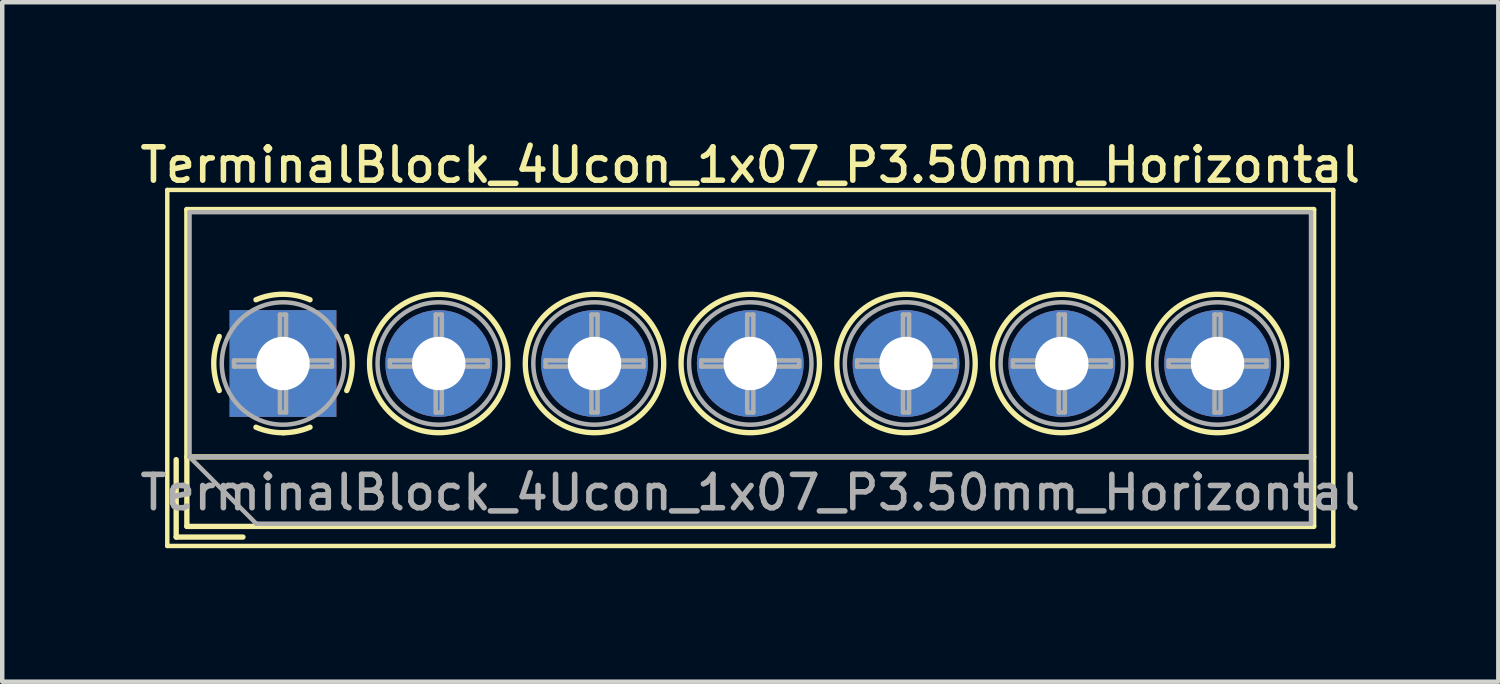
<source format=kicad_pcb>
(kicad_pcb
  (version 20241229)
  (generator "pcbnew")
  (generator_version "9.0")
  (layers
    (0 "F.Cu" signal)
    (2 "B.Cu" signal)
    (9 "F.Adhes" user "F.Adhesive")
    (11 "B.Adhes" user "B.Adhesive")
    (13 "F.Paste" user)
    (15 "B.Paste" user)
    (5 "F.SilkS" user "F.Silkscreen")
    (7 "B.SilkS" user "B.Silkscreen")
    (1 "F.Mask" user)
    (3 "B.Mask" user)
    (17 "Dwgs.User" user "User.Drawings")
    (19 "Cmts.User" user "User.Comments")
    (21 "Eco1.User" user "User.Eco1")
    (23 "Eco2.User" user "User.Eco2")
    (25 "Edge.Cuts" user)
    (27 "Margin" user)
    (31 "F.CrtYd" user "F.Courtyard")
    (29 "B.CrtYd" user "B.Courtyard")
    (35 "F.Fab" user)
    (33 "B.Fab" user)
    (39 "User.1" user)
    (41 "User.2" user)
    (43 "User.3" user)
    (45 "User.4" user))
  (footprint "TerminalBlock_4Ucon_1x07_P3.50mm_Horizontal"
    (layer "F.Cu")
    (at 3.309 5.118)
    (property "Reference" "TerminalBlock_4Ucon_1x07_P3.50mm_Horizontal" (at 10.5 -4.46 0) (layer "F.SilkS") (effects (font (size 0.75 0.75) (thickness 0.125))))
    (attr through_hole)
    (fp_line (start -2.6 -3.9) (end -2.6 4.1) (stroke (width 0.1) (type solid)) (layer "F.SilkS"))
    (fp_line (start -2.6 4.1) (end 23.6 4.1) (stroke (width 0.1) (type solid)) (layer "F.SilkS"))
    (fp_line (start -2.4 2.16) (end -2.4 3.9) (stroke (width 0.12) (type solid)) (layer "F.SilkS"))
    (fp_line (start -2.4 3.9) (end -0.9 3.9) (stroke (width 0.12) (type solid)) (layer "F.SilkS"))
    (fp_line (start -2.16 -3.46) (end -2.16 3.66) (stroke (width 0.12) (type solid)) (layer "F.SilkS"))
    (fp_line (start -2.16 -3.46) (end 23.16 -3.46) (stroke (width 0.12) (type solid)) (layer "F.SilkS"))
    (fp_line (start -2.16 2.1) (end 23.16 2.1) (stroke (width 0.12) (type solid)) (layer "F.SilkS"))
    (fp_line (start -2.16 3.66) (end 23.16 3.66) (stroke (width 0.12) (type solid)) (layer "F.SilkS"))
    (fp_line (start 23.16 -3.46) (end 23.16 3.66) (stroke (width 0.12) (type solid)) (layer "F.SilkS"))
    (fp_line (start 23.6 -3.9) (end -2.6 -3.9) (stroke (width 0.1) (type solid)) (layer "F.SilkS"))
    (fp_line (start 23.6 4.1) (end 23.6 -3.9) (stroke (width 0.1) (type solid)) (layer "F.SilkS"))
    (fp_arc (start -1.432109 0.607742) (mid -1.555727 -0.00014) (end -1.432 -0.608) (stroke (width 0.12) (type solid)) (layer "F.SilkS"))
    (fp_arc (start -0.607742 -1.432109) (mid 0.00014 -1.555727) (end 0.608 -1.432) (stroke (width 0.12) (type solid)) (layer "F.SilkS"))
    (fp_arc (start 0.027011 1.555493) (mid -0.296984 1.527118) (end -0.608 1.432) (stroke (width 0.12) (type solid)) (layer "F.SilkS"))
    (fp_arc (start 0.607587 1.431385) (mid 0.310017 1.523783) (end 0 1.555) (stroke (width 0.12) (type solid)) (layer "F.SilkS"))
    (fp_arc (start 1.432109 -0.607742) (mid 1.555727 0.00014) (end 1.432 0.608) (stroke (width 0.12) (type solid)) (layer "F.SilkS"))
    (fp_circle (center 3.5 0) (end 5.055 0) (stroke (width 0.12) (type solid)) (fill no) (layer "F.SilkS"))
    (fp_circle (center 7 0) (end 8.555 0) (stroke (width 0.12) (type solid)) (fill no) (layer "F.SilkS"))
    (fp_circle (center 10.5 0) (end 12.055 0) (stroke (width 0.12) (type solid)) (fill no) (layer "F.SilkS"))
    (fp_circle (center 14 0) (end 15.555 0) (stroke (width 0.12) (type solid)) (fill no) (layer "F.SilkS"))
    (fp_circle (center 17.5 0) (end 19.055 0) (stroke (width 0.12) (type solid)) (fill no) (layer "F.SilkS"))
    (fp_circle (center 21 0) (end 22.555 0) (stroke (width 0.12) (type solid)) (fill no) (layer "F.SilkS"))
    (fp_line (start -2.1 -3.4) (end 23.1 -3.4) (stroke (width 0.1) (type solid)) (layer "F.Fab"))
    (fp_line (start -2.1 2.1) (end -2.1 -3.4) (stroke (width 0.1) (type solid)) (layer "F.Fab"))
    (fp_line (start -2.1 2.1) (end 23.1 2.1) (stroke (width 0.1) (type solid)) (layer "F.Fab"))
    (fp_line (start -1.1 -0.069) (end -0.069 -0.069) (stroke (width 0.1) (type solid)) (layer "F.Fab"))
    (fp_line (start -1.1 0.069) (end -1.1 -0.069) (stroke (width 0.1) (type solid)) (layer "F.Fab"))
    (fp_line (start -0.6 3.6) (end -2.1 2.1) (stroke (width 0.1) (type solid)) (layer "F.Fab"))
    (fp_line (start -0.069 -1.1) (end 0.069 -1.1) (stroke (width 0.1) (type solid)) (layer "F.Fab"))
    (fp_line (start -0.069 -0.069) (end -0.069 -1.1) (stroke (width 0.1) (type solid)) (layer "F.Fab"))
    (fp_line (start -0.069 0.069) (end -1.1 0.069) (stroke (width 0.1) (type solid)) (layer "F.Fab"))
    (fp_line (start -0.069 1.1) (end -0.069 0.069) (stroke (width 0.1) (type solid)) (layer "F.Fab"))
    (fp_line (start 0.069 -1.1) (end 0.069 -0.069) (stroke (width 0.1) (type solid)) (layer "F.Fab"))
    (fp_line (start 0.069 -0.069) (end 1.1 -0.069) (stroke (width 0.1) (type solid)) (layer "F.Fab"))
    (fp_line (start 0.069 0.069) (end 0.069 1.1) (stroke (width 0.1) (type solid)) (layer "F.Fab"))
    (fp_line (start 0.069 1.1) (end -0.069 1.1) (stroke (width 0.1) (type solid)) (layer "F.Fab"))
    (fp_line (start 1.1 -0.069) (end 1.1 0.069) (stroke (width 0.1) (type solid)) (layer "F.Fab"))
    (fp_line (start 1.1 0.069) (end 0.069 0.069) (stroke (width 0.1) (type solid)) (layer "F.Fab"))
    (fp_line (start 2.4 -0.069) (end 3.431 -0.069) (stroke (width 0.1) (type solid)) (layer "F.Fab"))
    (fp_line (start 2.4 0.069) (end 2.4 -0.069) (stroke (width 0.1) (type solid)) (layer "F.Fab"))
    (fp_line (start 3.431 -1.1) (end 3.569 -1.1) (stroke (width 0.1) (type solid)) (layer "F.Fab"))
    (fp_line (start 3.431 -0.069) (end 3.431 -1.1) (stroke (width 0.1) (type solid)) (layer "F.Fab"))
    (fp_line (start 3.431 0.069) (end 2.4 0.069) (stroke (width 0.1) (type solid)) (layer "F.Fab"))
    (fp_line (start 3.431 1.1) (end 3.431 0.069) (stroke (width 0.1) (type solid)) (layer "F.Fab"))
    (fp_line (start 3.569 -1.1) (end 3.569 -0.069) (stroke (width 0.1) (type solid)) (layer "F.Fab"))
    (fp_line (start 3.569 -0.069) (end 4.6 -0.069) (stroke (width 0.1) (type solid)) (layer "F.Fab"))
    (fp_line (start 3.569 0.069) (end 3.569 1.1) (stroke (width 0.1) (type solid)) (layer "F.Fab"))
    (fp_line (start 3.569 1.1) (end 3.431 1.1) (stroke (width 0.1) (type solid)) (layer "F.Fab"))
    (fp_line (start 4.6 -0.069) (end 4.6 0.069) (stroke (width 0.1) (type solid)) (layer "F.Fab"))
    (fp_line (start 4.6 0.069) (end 3.569 0.069) (stroke (width 0.1) (type solid)) (layer "F.Fab"))
    (fp_line (start 5.9 -0.069) (end 6.931 -0.069) (stroke (width 0.1) (type solid)) (layer "F.Fab"))
    (fp_line (start 5.9 0.069) (end 5.9 -0.069) (stroke (width 0.1) (type solid)) (layer "F.Fab"))
    (fp_line (start 6.931 -1.1) (end 7.069 -1.1) (stroke (width 0.1) (type solid)) (layer "F.Fab"))
    (fp_line (start 6.931 -0.069) (end 6.931 -1.1) (stroke (width 0.1) (type solid)) (layer "F.Fab"))
    (fp_line (start 6.931 0.069) (end 5.9 0.069) (stroke (width 0.1) (type solid)) (layer "F.Fab"))
    (fp_line (start 6.931 1.1) (end 6.931 0.069) (stroke (width 0.1) (type solid)) (layer "F.Fab"))
    (fp_line (start 7.069 -1.1) (end 7.069 -0.069) (stroke (width 0.1) (type solid)) (layer "F.Fab"))
    (fp_line (start 7.069 -0.069) (end 8.1 -0.069) (stroke (width 0.1) (type solid)) (layer "F.Fab"))
    (fp_line (start 7.069 0.069) (end 7.069 1.1) (stroke (width 0.1) (type solid)) (layer "F.Fab"))
    (fp_line (start 7.069 1.1) (end 6.931 1.1) (stroke (width 0.1) (type solid)) (layer "F.Fab"))
    (fp_line (start 8.1 -0.069) (end 8.1 0.069) (stroke (width 0.1) (type solid)) (layer "F.Fab"))
    (fp_line (start 8.1 0.069) (end 7.069 0.069) (stroke (width 0.1) (type solid)) (layer "F.Fab"))
    (fp_line (start 9.4 -0.069) (end 10.431 -0.069) (stroke (width 0.1) (type solid)) (layer "F.Fab"))
    (fp_line (start 9.4 0.069) (end 9.4 -0.069) (stroke (width 0.1) (type solid)) (layer "F.Fab"))
    (fp_line (start 10.431 -1.1) (end 10.569 -1.1) (stroke (width 0.1) (type solid)) (layer "F.Fab"))
    (fp_line (start 10.431 -0.069) (end 10.431 -1.1) (stroke (width 0.1) (type solid)) (layer "F.Fab"))
    (fp_line (start 10.431 0.069) (end 9.4 0.069) (stroke (width 0.1) (type solid)) (layer "F.Fab"))
    (fp_line (start 10.431 1.1) (end 10.431 0.069) (stroke (width 0.1) (type solid)) (layer "F.Fab"))
    (fp_line (start 10.569 -1.1) (end 10.569 -0.069) (stroke (width 0.1) (type solid)) (layer "F.Fab"))
    (fp_line (start 10.569 -0.069) (end 11.6 -0.069) (stroke (width 0.1) (type solid)) (layer "F.Fab"))
    (fp_line (start 10.569 0.069) (end 10.569 1.1) (stroke (width 0.1) (type solid)) (layer "F.Fab"))
    (fp_line (start 10.569 1.1) (end 10.431 1.1) (stroke (width 0.1) (type solid)) (layer "F.Fab"))
    (fp_line (start 11.6 -0.069) (end 11.6 0.069) (stroke (width 0.1) (type solid)) (layer "F.Fab"))
    (fp_line (start 11.6 0.069) (end 10.569 0.069) (stroke (width 0.1) (type solid)) (layer "F.Fab"))
    (fp_line (start 12.9 -0.069) (end 13.931 -0.069) (stroke (width 0.1) (type solid)) (layer "F.Fab"))
    (fp_line (start 12.9 0.069) (end 12.9 -0.069) (stroke (width 0.1) (type solid)) (layer "F.Fab"))
    (fp_line (start 13.931 -1.1) (end 14.069 -1.1) (stroke (width 0.1) (type solid)) (layer "F.Fab"))
    (fp_line (start 13.931 -0.069) (end 13.931 -1.1) (stroke (width 0.1) (type solid)) (layer "F.Fab"))
    (fp_line (start 13.931 0.069) (end 12.9 0.069) (stroke (width 0.1) (type solid)) (layer "F.Fab"))
    (fp_line (start 13.931 1.1) (end 13.931 0.069) (stroke (width 0.1) (type solid)) (layer "F.Fab"))
    (fp_line (start 14.069 -1.1) (end 14.069 -0.069) (stroke (width 0.1) (type solid)) (layer "F.Fab"))
    (fp_line (start 14.069 -0.069) (end 15.1 -0.069) (stroke (width 0.1) (type solid)) (layer "F.Fab"))
    (fp_line (start 14.069 0.069) (end 14.069 1.1) (stroke (width 0.1) (type solid)) (layer "F.Fab"))
    (fp_line (start 14.069 1.1) (end 13.931 1.1) (stroke (width 0.1) (type solid)) (layer "F.Fab"))
    (fp_line (start 15.1 -0.069) (end 15.1 0.069) (stroke (width 0.1) (type solid)) (layer "F.Fab"))
    (fp_line (start 15.1 0.069) (end 14.069 0.069) (stroke (width 0.1) (type solid)) (layer "F.Fab"))
    (fp_line (start 16.4 -0.069) (end 17.431 -0.069) (stroke (width 0.1) (type solid)) (layer "F.Fab"))
    (fp_line (start 16.4 0.069) (end 16.4 -0.069) (stroke (width 0.1) (type solid)) (layer "F.Fab"))
    (fp_line (start 17.431 -1.1) (end 17.569 -1.1) (stroke (width 0.1) (type solid)) (layer "F.Fab"))
    (fp_line (start 17.431 -0.069) (end 17.431 -1.1) (stroke (width 0.1) (type solid)) (layer "F.Fab"))
    (fp_line (start 17.431 0.069) (end 16.4 0.069) (stroke (width 0.1) (type solid)) (layer "F.Fab"))
    (fp_line (start 17.431 1.1) (end 17.431 0.069) (stroke (width 0.1) (type solid)) (layer "F.Fab"))
    (fp_line (start 17.569 -1.1) (end 17.569 -0.069) (stroke (width 0.1) (type solid)) (layer "F.Fab"))
    (fp_line (start 17.569 -0.069) (end 18.6 -0.069) (stroke (width 0.1) (type solid)) (layer "F.Fab"))
    (fp_line (start 17.569 0.069) (end 17.569 1.1) (stroke (width 0.1) (type solid)) (layer "F.Fab"))
    (fp_line (start 17.569 1.1) (end 17.431 1.1) (stroke (width 0.1) (type solid)) (layer "F.Fab"))
    (fp_line (start 18.6 -0.069) (end 18.6 0.069) (stroke (width 0.1) (type solid)) (layer "F.Fab"))
    (fp_line (start 18.6 0.069) (end 17.569 0.069) (stroke (width 0.1) (type solid)) (layer "F.Fab"))
    (fp_line (start 19.9 -0.069) (end 20.931 -0.069) (stroke (width 0.1) (type solid)) (layer "F.Fab"))
    (fp_line (start 19.9 0.069) (end 19.9 -0.069) (stroke (width 0.1) (type solid)) (layer "F.Fab"))
    (fp_line (start 20.931 -1.1) (end 21.069 -1.1) (stroke (width 0.1) (type solid)) (layer "F.Fab"))
    (fp_line (start 20.931 -0.069) (end 20.931 -1.1) (stroke (width 0.1) (type solid)) (layer "F.Fab"))
    (fp_line (start 20.931 0.069) (end 19.9 0.069) (stroke (width 0.1) (type solid)) (layer "F.Fab"))
    (fp_line (start 20.931 1.1) (end 20.931 0.069) (stroke (width 0.1) (type solid)) (layer "F.Fab"))
    (fp_line (start 21.069 -1.1) (end 21.069 -0.069) (stroke (width 0.1) (type solid)) (layer "F.Fab"))
    (fp_line (start 21.069 -0.069) (end 22.1 -0.069) (stroke (width 0.1) (type solid)) (layer "F.Fab"))
    (fp_line (start 21.069 0.069) (end 21.069 1.1) (stroke (width 0.1) (type solid)) (layer "F.Fab"))
    (fp_line (start 21.069 1.1) (end 20.931 1.1) (stroke (width 0.1) (type solid)) (layer "F.Fab"))
    (fp_line (start 22.1 -0.069) (end 22.1 0.069) (stroke (width 0.1) (type solid)) (layer "F.Fab"))
    (fp_line (start 22.1 0.069) (end 21.069 0.069) (stroke (width 0.1) (type solid)) (layer "F.Fab"))
    (fp_line (start 23.1 -3.4) (end 23.1 3.6) (stroke (width 0.1) (type solid)) (layer "F.Fab"))
    (fp_line (start 23.1 3.6) (end -0.6 3.6) (stroke (width 0.1) (type solid)) (layer "F.Fab"))
    (fp_circle (center 0 0) (end 1.375 0) (stroke (width 0.1) (type solid)) (fill no) (layer "F.Fab"))
    (fp_circle (center 3.5 0) (end 4.875 0) (stroke (width 0.1) (type solid)) (fill no) (layer "F.Fab"))
    (fp_circle (center 7 0) (end 8.375 0) (stroke (width 0.1) (type solid)) (fill no) (layer "F.Fab"))
    (fp_circle (center 10.5 0) (end 11.875 0) (stroke (width 0.1) (type solid)) (fill no) (layer "F.Fab"))
    (fp_circle (center 14 0) (end 15.375 0) (stroke (width 0.1) (type solid)) (fill no) (layer "F.Fab"))
    (fp_circle (center 17.5 0) (end 18.875 0) (stroke (width 0.1) (type solid)) (fill no) (layer "F.Fab"))
    (fp_circle (center 21 0) (end 22.375 0) (stroke (width 0.1) (type solid)) (fill no) (layer "F.Fab"))
    (fp_text user "${REFERENCE}" (at 10.5 2.9 0) (layer "F.Fab") (effects (font (size 0.75 0.75) (thickness 0.125))))
    (pad "1" thru_hole rect (at 0 0) (size 2.4 2.4) (drill 1.2) (layers "*.Cu" "*.Mask"))
    (pad "2" thru_hole circle (at 3.5 0) (size 2.4 2.4) (drill 1.2) (layers "*.Cu" "*.Mask"))
    (pad "3" thru_hole circle (at 7 0) (size 2.4 2.4) (drill 1.2) (layers "*.Cu" "*.Mask"))
    (pad "4" thru_hole circle (at 10.5 0) (size 2.4 2.4) (drill 1.2) (layers "*.Cu" "*.Mask"))
    (pad "5" thru_hole circle (at 14 0) (size 2.4 2.4) (drill 1.2) (layers "*.Cu" "*.Mask"))
    (pad "6" thru_hole circle (at 17.5 0) (size 2.4 2.4) (drill 1.2) (layers "*.Cu" "*.Mask"))
    (pad "7" thru_hole circle (at 21 0) (size 2.4 2.4) (drill 1.2) (layers "*.Cu" "*.Mask")))
  (gr_rect
    (start -3 -3)
    (end 30.618 12.268)
    (stroke (width 0.1) (type default))
    (fill no)
    (layer "Edge.Cuts")))
</source>
